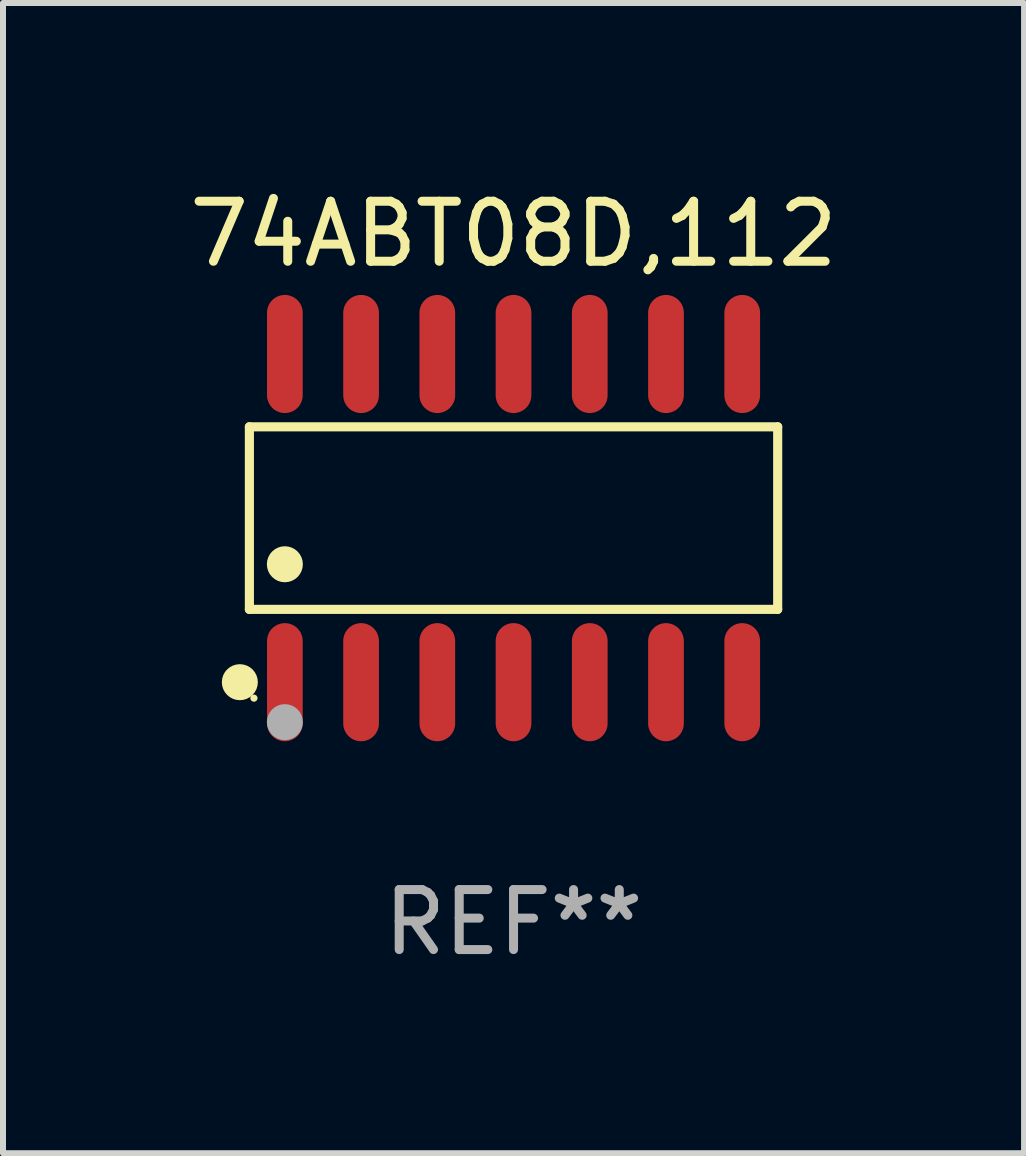
<source format=kicad_pcb>
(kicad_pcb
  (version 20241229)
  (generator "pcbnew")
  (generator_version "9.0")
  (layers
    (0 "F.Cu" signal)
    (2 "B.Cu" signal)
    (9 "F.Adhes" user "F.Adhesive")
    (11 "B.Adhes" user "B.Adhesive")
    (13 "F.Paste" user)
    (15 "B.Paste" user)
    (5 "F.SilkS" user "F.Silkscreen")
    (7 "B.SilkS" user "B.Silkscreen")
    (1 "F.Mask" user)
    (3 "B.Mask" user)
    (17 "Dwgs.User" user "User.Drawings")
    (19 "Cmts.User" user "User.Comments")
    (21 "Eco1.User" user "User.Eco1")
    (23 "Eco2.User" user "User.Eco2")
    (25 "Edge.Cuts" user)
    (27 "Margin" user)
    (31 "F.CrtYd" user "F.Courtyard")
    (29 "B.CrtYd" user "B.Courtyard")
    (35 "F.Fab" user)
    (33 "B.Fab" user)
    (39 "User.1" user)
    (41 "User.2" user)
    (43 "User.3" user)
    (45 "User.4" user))
  (footprint "74ABT08D,112"
    (layer "F.Cu")
    (at 5.506 5.582)
    (property "Reference" "74ABT08D,112" (at 0 -4.734 0) (layer "F.SilkS") (effects (font (size 1 1) (thickness 0.15))))
    (attr through_hole)
    (fp_line (start -4.401 -1.521) (end 4.401 -1.521) (stroke (width 0.152) (type solid)) (layer "F.SilkS"))
    (fp_line (start -4.401 1.521) (end -4.401 -1.521) (stroke (width 0.152) (type solid)) (layer "F.SilkS"))
    (fp_line (start 4.401 -1.521) (end 4.401 1.521) (stroke (width 0.152) (type solid)) (layer "F.SilkS"))
    (fp_line (start 4.401 1.521) (end -4.401 1.521) (stroke (width 0.152) (type solid)) (layer "F.SilkS"))
    (fp_circle (center -4.56 2.734) (end -4.41 2.734) (stroke (width 0.3) (type solid)) (fill no) (layer "F.SilkS"))
    (fp_circle (center -4.325 3) (end -4.295 3) (stroke (width 0.06) (type solid)) (fill no) (layer "F.SilkS"))
    (fp_circle (center -3.81 0.769) (end -3.66 0.769) (stroke (width 0.3) (type solid)) (fill no) (layer "F.SilkS"))
    (fp_circle (center -3.81 3.4) (end -3.66 3.4) (stroke (width 0.3) (type solid)) (fill no) (layer "F.Fab"))
    (fp_text user "REF**" (at 0 6.734 0) (layer "F.Fab") (effects (font (size 1 1) (thickness 0.15))))
    (pad "1" smd oval (at -3.81 2.734) (size 0.595 1.968) (layers "F.Cu" "F.Mask" "F.Paste"))
    (pad "2" smd oval (at -2.54 2.734) (size 0.595 1.968) (layers "F.Cu" "F.Mask" "F.Paste"))
    (pad "3" smd oval (at -1.27 2.734) (size 0.595 1.968) (layers "F.Cu" "F.Mask" "F.Paste"))
    (pad "4" smd oval (at 0 2.734) (size 0.595 1.968) (layers "F.Cu" "F.Mask" "F.Paste"))
    (pad "5" smd oval (at 1.27 2.734) (size 0.595 1.968) (layers "F.Cu" "F.Mask" "F.Paste"))
    (pad "6" smd oval (at 2.54 2.734) (size 0.595 1.968) (layers "F.Cu" "F.Mask" "F.Paste"))
    (pad "7" smd oval (at 3.81 2.734) (size 0.595 1.968) (layers "F.Cu" "F.Mask" "F.Paste"))
    (pad "8" smd oval (at 3.81 -2.734) (size 0.595 1.968) (layers "F.Cu" "F.Mask" "F.Paste"))
    (pad "9" smd oval (at 2.54 -2.734) (size 0.595 1.968) (layers "F.Cu" "F.Mask" "F.Paste"))
    (pad "10" smd oval (at 1.27 -2.734) (size 0.595 1.968) (layers "F.Cu" "F.Mask" "F.Paste"))
    (pad "11" smd oval (at 0 -2.734) (size 0.595 1.968) (layers "F.Cu" "F.Mask" "F.Paste"))
    (pad "12" smd oval (at -1.27 -2.734) (size 0.595 1.968) (layers "F.Cu" "F.Mask" "F.Paste"))
    (pad "13" smd oval (at -2.54 -2.734) (size 0.595 1.968) (layers "F.Cu" "F.Mask" "F.Paste"))
    (pad "14" smd oval (at -3.81 -2.734) (size 0.595 1.968) (layers "F.Cu" "F.Mask" "F.Paste")))
  (gr_rect
    (start -3 -3)
    (end 14.012 16.164)
    (stroke (width 0.1) (type default))
    (fill no)
    (layer "Edge.Cuts")))
</source>
